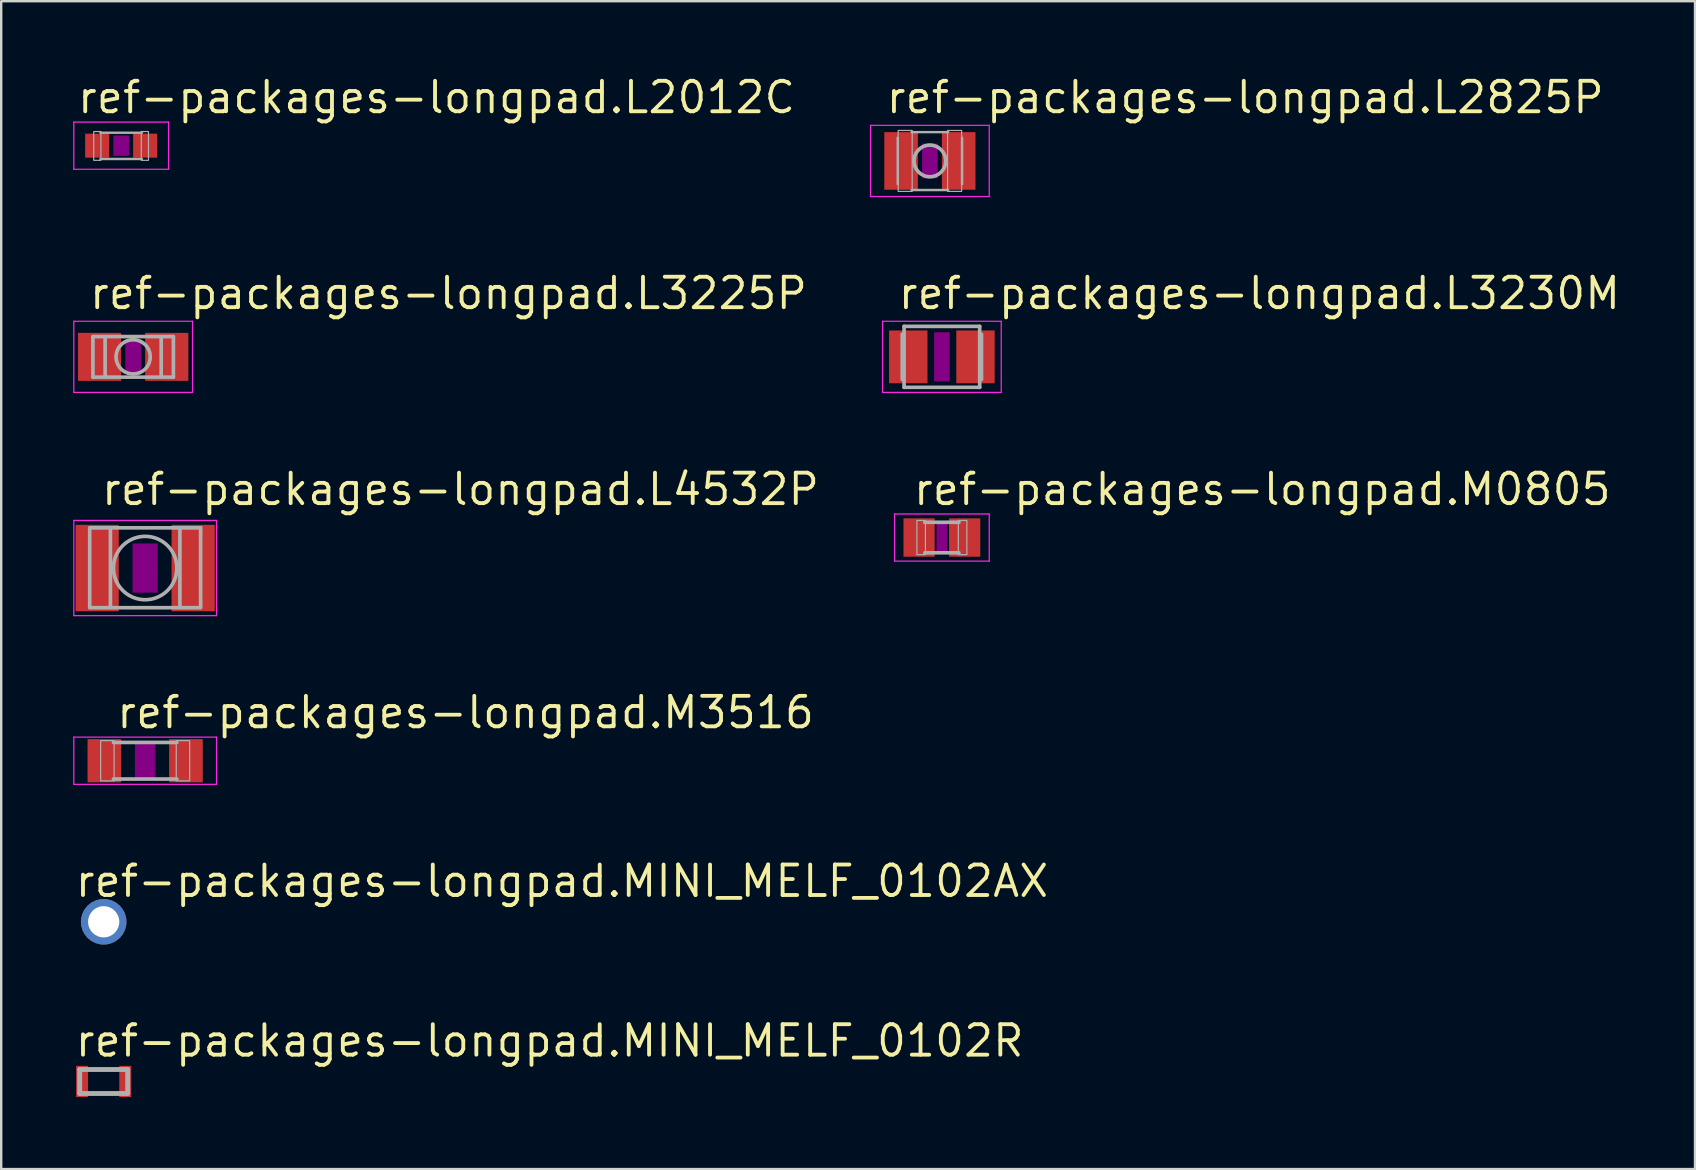
<source format=kicad_pcb>
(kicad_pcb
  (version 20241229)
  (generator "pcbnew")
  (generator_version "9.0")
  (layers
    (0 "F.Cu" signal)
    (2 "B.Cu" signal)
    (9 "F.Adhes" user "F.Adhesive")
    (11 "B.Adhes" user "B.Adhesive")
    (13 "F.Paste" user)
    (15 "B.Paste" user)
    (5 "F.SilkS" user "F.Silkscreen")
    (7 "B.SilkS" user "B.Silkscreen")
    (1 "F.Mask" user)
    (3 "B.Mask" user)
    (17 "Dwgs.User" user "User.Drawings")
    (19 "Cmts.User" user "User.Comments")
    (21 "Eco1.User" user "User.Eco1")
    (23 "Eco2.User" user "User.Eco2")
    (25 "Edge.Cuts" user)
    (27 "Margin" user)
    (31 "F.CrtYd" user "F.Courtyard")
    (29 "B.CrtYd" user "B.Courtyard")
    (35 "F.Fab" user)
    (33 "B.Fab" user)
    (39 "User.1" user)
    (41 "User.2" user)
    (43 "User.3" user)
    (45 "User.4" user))
  (footprint "ref-packages-longpad.MINI_MELF_0102AX"
    (layer "F.Cu")
    (at 1.27 35.356)
    (property "Reference" "ref-packages-longpad.MINI_MELF_0102AX" (at -1.27 -0.953 0) (layer "F.SilkS") (effects (font (size 1.27 1.27) (thickness 0.16)) (justify left bottom)))
    (attr smd)
    (fp_circle (center 0 0) (end 0.6 0) (stroke (width 0.1) (type default)) (fill no) (layer "B.Fab"))
    (fp_circle (center 0 0) (end 0.6 0) (stroke (width 0.1) (type default)) (fill no) (layer "F.Fab"))
    (pad "" np_thru_hole circle (at 0 0) (size 1.3 1.3) (drill 1.3) (layers "*.Cu" "*.Mask"))
    (pad "1" smd roundrect (at 0 0) (size 1.9 1.9) (layers "F.Cu" "F.Mask" "F.Paste") (roundrect_rratio 0.5))
    (pad "2" smd roundrect (at 0 0) (size 1.9 1.9) (layers "B.Cu" "B.Mask" "B.Paste") (roundrect_rratio 0.5)))
  (footprint "ref-packages-longpad.L4532P"
    (layer "F.Cu")
    (at 2.998 20.617)
    (property "Reference" "ref-packages-longpad.L4532P" (at -1.905 -2.54 0) (layer "F.SilkS") (effects (font (size 1.27 1.27) (thickness 0.16)) (justify left bottom)))
    (attr smd)
    (fp_rect (start -0.5 1) (end 0.5 -1) (stroke (width 0.05) (type default)) (fill yes) (layer "F.Adhes"))
    (fp_line (start -2.973 -1.983) (end 2.973 -1.983) (stroke (width 0.051) (type default)) (layer "F.CrtYd"))
    (fp_line (start -2.973 1.983) (end -2.973 -1.983) (stroke (width 0.051) (type default)) (layer "F.CrtYd"))
    (fp_line (start 2.973 -1.983) (end 2.973 1.983) (stroke (width 0.051) (type default)) (layer "F.CrtYd"))
    (fp_line (start 2.973 1.983) (end -2.973 1.983) (stroke (width 0.051) (type default)) (layer "F.CrtYd"))
    (fp_line (start -2.311 -1.675) (end 2.311 -1.675) (stroke (width 0.152) (type default)) (layer "F.Fab"))
    (fp_line (start -2.311 -1.626) (end -2.311 1.626) (stroke (width 0.152) (type default)) (layer "F.Fab"))
    (fp_line (start -2.311 1.653) (end 2.311 1.653) (stroke (width 0.152) (type default)) (layer "F.Fab"))
    (fp_line (start -1.448 -1.651) (end -1.448 1.626) (stroke (width 0.152) (type default)) (layer "F.Fab"))
    (fp_line (start 1.448 -1.626) (end 1.448 1.626) (stroke (width 0.152) (type default)) (layer "F.Fab"))
    (fp_line (start 2.311 -1.675) (end 2.311 1.626) (stroke (width 0.152) (type default)) (layer "F.Fab"))
    (fp_circle (center 0 0) (end 1.321 0) (stroke (width 0.152) (type default)) (fill no) (layer "F.Fab"))
    (pad "1" smd roundrect (at -2 0) (size 1.8 3.6) (layers "F.Cu" "F.Mask" "F.Paste") (roundrect_rratio 0.01))
    (pad "2" smd roundrect (at 2 0) (size 1.8 3.6) (layers "F.Cu" "F.Mask" "F.Paste") (roundrect_rratio 0.01)))
  (footprint "ref-packages-longpad.L2825P"
    (layer "F.Cu")
    (at 35.693 3.655)
    (property "Reference" "ref-packages-longpad.L2825P" (at -1.905 -1.905 0) (layer "F.SilkS") (effects (font (size 1.27 1.27) (thickness 0.16)) (justify left bottom)))
    (attr smd)
    (fp_rect (start -0.3 0.7) (end 0.3 -0.7) (stroke (width 0.05) (type default)) (fill yes) (layer "F.Adhes"))
    (fp_line (start -2.473 -1.483) (end 2.473 -1.483) (stroke (width 0.051) (type default)) (layer "F.CrtYd"))
    (fp_line (start -2.473 1.483) (end -2.473 -1.483) (stroke (width 0.051) (type default)) (layer "F.CrtYd"))
    (fp_line (start 2.473 -1.483) (end 2.473 1.483) (stroke (width 0.051) (type default)) (layer "F.CrtYd"))
    (fp_line (start 2.473 1.483) (end -2.473 1.483) (stroke (width 0.051) (type default)) (layer "F.CrtYd"))
    (fp_line (start -1.34 -0.965) (end -1.34 0.965) (stroke (width 0.102) (type default)) (layer "F.Fab"))
    (fp_line (start -0.762 -1.2) (end 0.762 -1.2) (stroke (width 0.102) (type default)) (layer "F.Fab"))
    (fp_line (start -0.762 1.213) (end 0.762 1.213) (stroke (width 0.102) (type default)) (layer "F.Fab"))
    (fp_line (start 1.34 0.965) (end 1.34 -0.965) (stroke (width 0.102) (type default)) (layer "F.Fab"))
    (fp_rect (start -1.321 1.27) (end -0.737 -1.27) (stroke (width 0.05) (type default)) (fill no) (layer "F.Fab"))
    (fp_rect (start 0.737 1.27) (end 1.321 -1.27) (stroke (width 0.05) (type default)) (fill no) (layer "F.Fab"))
    (fp_circle (center 0 0) (end 0.66 0) (stroke (width 0.152) (type default)) (fill no) (layer "F.Fab"))
    (pad "1" smd roundrect (at -1.2 0) (size 1.4 2.4) (layers "F.Cu" "F.Mask" "F.Paste") (roundrect_rratio 0.01))
    (pad "2" smd roundrect (at 1.2 0) (size 1.4 2.4) (layers "F.Cu" "F.Mask" "F.Paste") (roundrect_rratio 0.01)))
  (footprint "ref-packages-longpad.L3230M"
    (layer "F.Cu")
    (at 36.193 11.818)
    (property "Reference" "ref-packages-longpad.L3230M" (at -1.905 -1.905 0) (layer "F.SilkS") (effects (font (size 1.27 1.27) (thickness 0.16)) (justify left bottom)))
    (attr smd)
    (fp_rect (start -0.3 1) (end 0.3 -1) (stroke (width 0.05) (type default)) (fill yes) (layer "F.Adhes"))
    (fp_line (start -2.473 -1.483) (end 2.473 -1.483) (stroke (width 0.051) (type default)) (layer "F.CrtYd"))
    (fp_line (start -2.473 1.483) (end -2.473 -1.483) (stroke (width 0.051) (type default)) (layer "F.CrtYd"))
    (fp_line (start 2.473 -1.483) (end 2.473 1.483) (stroke (width 0.051) (type default)) (layer "F.CrtYd"))
    (fp_line (start 2.473 1.483) (end -2.473 1.483) (stroke (width 0.051) (type default)) (layer "F.CrtYd"))
    (fp_line (start -1.651 -0.94) (end -1.651 0.94) (stroke (width 0.152) (type default)) (layer "F.Fab"))
    (fp_line (start -1.575 -1.27) (end 1.575 -1.27) (stroke (width 0.152) (type default)) (layer "F.Fab"))
    (fp_line (start -1.575 1.27) (end -1.575 -1.27) (stroke (width 0.152) (type default)) (layer "F.Fab"))
    (fp_line (start 1.575 -1.27) (end 1.575 1.27) (stroke (width 0.152) (type default)) (layer "F.Fab"))
    (fp_line (start 1.575 1.27) (end -1.575 1.27) (stroke (width 0.152) (type default)) (layer "F.Fab"))
    (fp_line (start 1.651 -0.94) (end 1.651 0.94) (stroke (width 0.152) (type default)) (layer "F.Fab"))
    (pad "1" smd roundrect (at -1.4 0) (size 1.6 2.2) (layers "F.Cu" "F.Mask" "F.Paste") (roundrect_rratio 0.01))
    (pad "2" smd roundrect (at 1.4 0) (size 1.6 2.2) (layers "F.Cu" "F.Mask" "F.Paste") (roundrect_rratio 0.01)))
  (footprint "ref-packages-longpad.M3516"
    (layer "F.Cu")
    (at 2.998 28.645)
    (property "Reference" "ref-packages-longpad.M3516" (at -1.27 -1.27 0) (layer "F.SilkS") (effects (font (size 1.27 1.27) (thickness 0.16)) (justify left bottom)))
    (attr smd)
    (fp_rect (start -0.4 0.7) (end 0.4 -0.7) (stroke (width 0.05) (type default)) (fill yes) (layer "F.Adhes"))
    (fp_line (start -2.973 -0.983) (end 2.973 -0.983) (stroke (width 0.051) (type default)) (layer "F.CrtYd"))
    (fp_line (start -2.973 0.983) (end -2.973 -0.983) (stroke (width 0.051) (type default)) (layer "F.CrtYd"))
    (fp_line (start 2.973 -0.983) (end 2.973 0.983) (stroke (width 0.051) (type default)) (layer "F.CrtYd"))
    (fp_line (start 2.973 0.983) (end -2.973 0.983) (stroke (width 0.051) (type default)) (layer "F.CrtYd"))
    (fp_line (start 1.321 -0.762) (end -1.321 -0.762) (stroke (width 0.152) (type default)) (layer "F.Fab"))
    (fp_line (start 1.321 0.762) (end -1.321 0.762) (stroke (width 0.152) (type default)) (layer "F.Fab"))
    (fp_rect (start -1.854 0.838) (end -1.295 -0.838) (stroke (width 0.05) (type default)) (fill no) (layer "F.Fab"))
    (fp_rect (start 1.295 0.838) (end 1.854 -0.838) (stroke (width 0.05) (type default)) (fill no) (layer "F.Fab"))
    (pad "1" smd roundrect (at -1.7 0) (size 1.4 1.8) (layers "F.Cu" "F.Mask" "F.Paste") (roundrect_rratio 0.01))
    (pad "2" smd roundrect (at 1.7 0) (size 1.4 1.8) (layers "F.Cu" "F.Mask" "F.Paste") (roundrect_rratio 0.01)))
  (footprint "ref-packages-longpad.L3225P"
    (layer "F.Cu")
    (at 2.498 11.818)
    (property "Reference" "ref-packages-longpad.L3225P" (at -1.905 -1.905 0) (layer "F.SilkS") (effects (font (size 1.27 1.27) (thickness 0.16)) (justify left bottom)))
    (attr smd)
    (fp_rect (start -0.3 0.7) (end 0.3 -0.7) (stroke (width 0.05) (type default)) (fill yes) (layer "F.Adhes"))
    (fp_line (start -2.473 -1.483) (end 2.473 -1.483) (stroke (width 0.051) (type default)) (layer "F.CrtYd"))
    (fp_line (start -2.473 1.483) (end -2.473 -1.483) (stroke (width 0.051) (type default)) (layer "F.CrtYd"))
    (fp_line (start 2.473 -1.483) (end 2.473 1.483) (stroke (width 0.051) (type default)) (layer "F.CrtYd"))
    (fp_line (start 2.473 1.483) (end -2.473 1.483) (stroke (width 0.051) (type default)) (layer "F.CrtYd"))
    (fp_line (start -1.676 -0.845) (end 1.676 -0.845) (stroke (width 0.152) (type default)) (layer "F.Fab"))
    (fp_line (start -1.676 -0.838) (end -1.676 0.838) (stroke (width 0.152) (type default)) (layer "F.Fab"))
    (fp_line (start -1.168 -0.838) (end -1.168 0.838) (stroke (width 0.152) (type default)) (layer "F.Fab"))
    (fp_line (start 1.168 -0.838) (end 1.168 0.838) (stroke (width 0.152) (type default)) (layer "F.Fab"))
    (fp_line (start 1.676 -0.838) (end 1.676 0.838) (stroke (width 0.152) (type default)) (layer "F.Fab"))
    (fp_line (start 1.676 0.845) (end -1.676 0.845) (stroke (width 0.152) (type default)) (layer "F.Fab"))
    (fp_circle (center 0 0) (end 0.712 0) (stroke (width 0.152) (type default)) (fill no) (layer "F.Fab"))
    (pad "1" smd roundrect (at -1.4 0) (size 1.8 2) (layers "F.Cu" "F.Mask" "F.Paste") (roundrect_rratio 0.01))
    (pad "2" smd roundrect (at 1.4 0) (size 1.8 2) (layers "F.Cu" "F.Mask" "F.Paste") (roundrect_rratio 0.01)))
  (footprint "ref-packages-longpad.M0805"
    (layer "F.Cu")
    (at 36.193 19.347)
    (property "Reference" "ref-packages-longpad.M0805" (at -1.27 -1.27 0) (layer "F.SilkS") (effects (font (size 1.27 1.27) (thickness 0.16)) (justify left bottom)))
    (attr smd)
    (fp_rect (start -0.2 0.6) (end 0.2 -0.6) (stroke (width 0.05) (type default)) (fill yes) (layer "F.Adhes"))
    (fp_line (start -1.973 -0.983) (end 1.973 -0.983) (stroke (width 0.051) (type default)) (layer "F.CrtYd"))
    (fp_line (start -1.973 0.983) (end -1.973 -0.983) (stroke (width 0.051) (type default)) (layer "F.CrtYd"))
    (fp_line (start 1.973 -0.983) (end 1.973 0.983) (stroke (width 0.051) (type default)) (layer "F.CrtYd"))
    (fp_line (start 1.973 0.983) (end -1.973 0.983) (stroke (width 0.051) (type default)) (layer "F.CrtYd"))
    (fp_line (start 0.711 -0.635) (end -0.711 -0.635) (stroke (width 0.152) (type default)) (layer "F.Fab"))
    (fp_line (start 0.711 0.635) (end -0.711 0.635) (stroke (width 0.152) (type default)) (layer "F.Fab"))
    (fp_rect (start -1.041 0.711) (end -0.686 -0.711) (stroke (width 0.05) (type default)) (fill no) (layer "F.Fab"))
    (fp_rect (start 0.686 0.711) (end 1.041 -0.711) (stroke (width 0.05) (type default)) (fill no) (layer "F.Fab"))
    (pad "1" smd roundrect (at -0.95 0) (size 1.3 1.6) (layers "F.Cu" "F.Mask" "F.Paste") (roundrect_rratio 0.01))
    (pad "2" smd roundrect (at 0.95 0) (size 1.3 1.6) (layers "F.Cu" "F.Mask" "F.Paste") (roundrect_rratio 0.01)))
  (footprint "ref-packages-longpad.L2012C"
    (layer "F.Cu")
    (at 1.998 3.02)
    (property "Reference" "ref-packages-longpad.L2012C" (at -1.905 -1.27 0) (layer "F.SilkS") (effects (font (size 1.27 1.27) (thickness 0.16)) (justify left bottom)))
    (attr smd)
    (fp_rect (start -0.3 0.4) (end 0.3 -0.4) (stroke (width 0.05) (type default)) (fill yes) (layer "F.Adhes"))
    (fp_line (start -1.973 -0.983) (end 1.973 -0.983) (stroke (width 0.051) (type default)) (layer "F.CrtYd"))
    (fp_line (start -1.973 0.983) (end -1.973 -0.983) (stroke (width 0.051) (type default)) (layer "F.CrtYd"))
    (fp_line (start 1.973 -0.983) (end 1.973 0.983) (stroke (width 0.051) (type default)) (layer "F.CrtYd"))
    (fp_line (start 1.973 0.983) (end -1.973 0.983) (stroke (width 0.051) (type default)) (layer "F.CrtYd"))
    (fp_line (start -0.864 -0.54) (end 0.864 -0.54) (stroke (width 0.102) (type default)) (layer "F.Fab"))
    (fp_line (start -0.864 0.553) (end 0.864 0.553) (stroke (width 0.102) (type default)) (layer "F.Fab"))
    (fp_rect (start -1.143 0.61) (end -0.843 -0.59) (stroke (width 0.05) (type default)) (fill no) (layer "F.Fab"))
    (fp_rect (start 0.838 0.61) (end 1.138 -0.59) (stroke (width 0.05) (type default)) (fill no) (layer "F.Fab"))
    (pad "1" smd roundrect (at -1 0) (size 1 1) (layers "F.Cu" "F.Mask" "F.Paste") (roundrect_rratio 0.01))
    (pad "2" smd roundrect (at 1 0) (size 1 1) (layers "F.Cu" "F.Mask" "F.Paste") (roundrect_rratio 0.01)))
  (footprint "ref-packages-longpad.MINI_MELF_0102R"
    (layer "F.Cu")
    (at 1.27 42.009)
    (property "Reference" "ref-packages-longpad.MINI_MELF_0102R" (at -1.27 -0.953 0) (layer "F.SilkS") (effects (font (size 1.27 1.27) (thickness 0.16)) (justify left bottom)))
    (attr smd)
    (fp_line (start -1 -0.5) (end -1 0.5) (stroke (width 0.203) (type default)) (layer "F.Fab"))
    (fp_line (start -1 0.5) (end 1 0.5) (stroke (width 0.203) (type default)) (layer "F.Fab"))
    (fp_line (start 1 -0.5) (end -1 -0.5) (stroke (width 0.203) (type default)) (layer "F.Fab"))
    (fp_line (start 1 0.5) (end 1 -0.5) (stroke (width 0.203) (type default)) (layer "F.Fab"))
    (pad "1" smd roundrect (at -0.9 0) (size 0.5 1.3) (layers "F.Cu" "F.Mask" "F.Paste") (roundrect_rratio 0.01))
    (pad "2" smd roundrect (at 0.9 0) (size 0.5 1.3) (layers "F.Cu" "F.Mask" "F.Paste") (roundrect_rratio 0.01)))
  (gr_rect
    (start -3 -3)
    (end 67.571 45.659)
    (stroke (width 0.1) (type default))
    (fill no)
    (layer "Edge.Cuts")))
</source>
